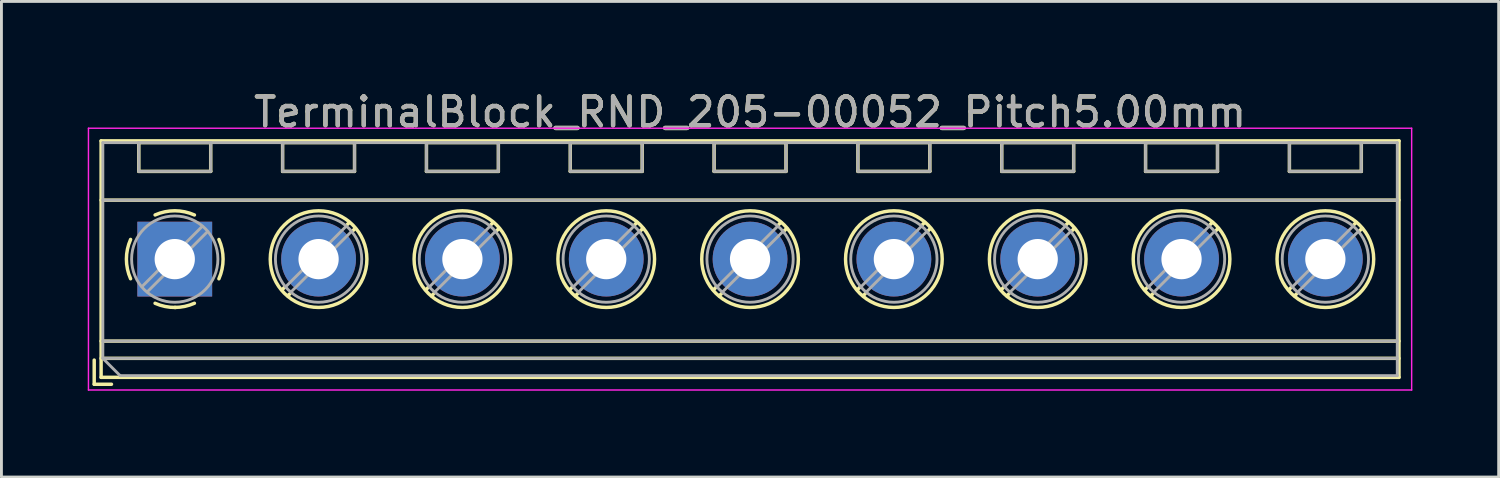
<source format=kicad_pcb>
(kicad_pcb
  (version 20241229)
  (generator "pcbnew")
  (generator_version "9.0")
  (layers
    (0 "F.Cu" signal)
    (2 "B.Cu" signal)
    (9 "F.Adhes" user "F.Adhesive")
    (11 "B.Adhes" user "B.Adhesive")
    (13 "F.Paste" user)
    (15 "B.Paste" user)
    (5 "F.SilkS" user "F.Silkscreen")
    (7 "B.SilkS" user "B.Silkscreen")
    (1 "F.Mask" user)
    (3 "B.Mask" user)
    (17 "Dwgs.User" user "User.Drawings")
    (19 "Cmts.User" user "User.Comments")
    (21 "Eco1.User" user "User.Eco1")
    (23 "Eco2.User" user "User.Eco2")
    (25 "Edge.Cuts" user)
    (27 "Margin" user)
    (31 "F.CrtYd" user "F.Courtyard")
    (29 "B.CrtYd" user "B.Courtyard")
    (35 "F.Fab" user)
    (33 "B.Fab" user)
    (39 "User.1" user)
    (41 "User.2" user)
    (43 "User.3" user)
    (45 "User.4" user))
  (footprint "TerminalBlock_RND_205-00052_Pitch5.00mm"
    (layer "F.Cu")
    (at 3.025 5.958)
    (property "Reference" "TerminalBlock_RND_205-00052_Pitch5.00mm" (at 20 -5.11 0) (layer "F.SilkS") (effects (font (size 1 1) (thickness 0.15))))
    (attr through_hole)
    (fp_line (start -2.8 3.51) (end -2.8 4.35) (stroke (width 0.12) (type solid)) (layer "F.SilkS"))
    (fp_line (start -2.8 4.35) (end -2.2 4.35) (stroke (width 0.12) (type solid)) (layer "F.SilkS"))
    (fp_line (start -2.56 -4.11) (end -2.56 4.11) (stroke (width 0.12) (type solid)) (layer "F.SilkS"))
    (fp_line (start -2.56 -2.05) (end 42.56 -2.05) (stroke (width 0.12) (type solid)) (layer "F.SilkS"))
    (fp_line (start -2.56 2.85) (end 42.56 2.85) (stroke (width 0.12) (type solid)) (layer "F.SilkS"))
    (fp_line (start -2.56 3.45) (end 42.56 3.45) (stroke (width 0.12) (type solid)) (layer "F.SilkS"))
    (fp_line (start -2.56 4.11) (end 42.56 4.11) (stroke (width 0.12) (type solid)) (layer "F.SilkS"))
    (fp_line (start -1.25 -4.05) (end -1.25 -3.05) (stroke (width 0.12) (type solid)) (layer "F.SilkS"))
    (fp_line (start -1.25 -4.05) (end 1.25 -4.05) (stroke (width 0.12) (type solid)) (layer "F.SilkS"))
    (fp_line (start -1.25 -3.05) (end 1.25 -3.05) (stroke (width 0.12) (type solid)) (layer "F.SilkS"))
    (fp_line (start 1.25 -4.05) (end 1.25 -3.05) (stroke (width 0.12) (type solid)) (layer "F.SilkS"))
    (fp_line (start 3.75 -4.05) (end 3.75 -3.05) (stroke (width 0.12) (type solid)) (layer "F.SilkS"))
    (fp_line (start 3.75 -4.05) (end 6.25 -4.05) (stroke (width 0.12) (type solid)) (layer "F.SilkS"))
    (fp_line (start 3.75 -3.05) (end 6.25 -3.05) (stroke (width 0.12) (type solid)) (layer "F.SilkS"))
    (fp_line (start 3.82 0.976) (end 3.726 1.069) (stroke (width 0.12) (type solid)) (layer "F.SilkS"))
    (fp_line (start 4.002 1.204) (end 3.931 1.274) (stroke (width 0.12) (type solid)) (layer "F.SilkS"))
    (fp_line (start 6.07 -1.275) (end 5.999 -1.204) (stroke (width 0.12) (type solid)) (layer "F.SilkS"))
    (fp_line (start 6.25 -4.05) (end 6.25 -3.05) (stroke (width 0.12) (type solid)) (layer "F.SilkS"))
    (fp_line (start 6.275 -1.069) (end 6.181 -0.976) (stroke (width 0.12) (type solid)) (layer "F.SilkS"))
    (fp_line (start 8.75 -4.05) (end 8.75 -3.05) (stroke (width 0.12) (type solid)) (layer "F.SilkS"))
    (fp_line (start 8.75 -4.05) (end 11.25 -4.05) (stroke (width 0.12) (type solid)) (layer "F.SilkS"))
    (fp_line (start 8.75 -3.05) (end 11.25 -3.05) (stroke (width 0.12) (type solid)) (layer "F.SilkS"))
    (fp_line (start 8.82 0.976) (end 8.726 1.069) (stroke (width 0.12) (type solid)) (layer "F.SilkS"))
    (fp_line (start 9.002 1.204) (end 8.931 1.274) (stroke (width 0.12) (type solid)) (layer "F.SilkS"))
    (fp_line (start 11.07 -1.275) (end 10.999 -1.204) (stroke (width 0.12) (type solid)) (layer "F.SilkS"))
    (fp_line (start 11.25 -4.05) (end 11.25 -3.05) (stroke (width 0.12) (type solid)) (layer "F.SilkS"))
    (fp_line (start 11.275 -1.069) (end 11.181 -0.976) (stroke (width 0.12) (type solid)) (layer "F.SilkS"))
    (fp_line (start 13.75 -4.05) (end 13.75 -3.05) (stroke (width 0.12) (type solid)) (layer "F.SilkS"))
    (fp_line (start 13.75 -4.05) (end 16.25 -4.05) (stroke (width 0.12) (type solid)) (layer "F.SilkS"))
    (fp_line (start 13.75 -3.05) (end 16.25 -3.05) (stroke (width 0.12) (type solid)) (layer "F.SilkS"))
    (fp_line (start 13.82 0.976) (end 13.726 1.069) (stroke (width 0.12) (type solid)) (layer "F.SilkS"))
    (fp_line (start 14.002 1.204) (end 13.931 1.274) (stroke (width 0.12) (type solid)) (layer "F.SilkS"))
    (fp_line (start 16.07 -1.275) (end 15.999 -1.204) (stroke (width 0.12) (type solid)) (layer "F.SilkS"))
    (fp_line (start 16.25 -4.05) (end 16.25 -3.05) (stroke (width 0.12) (type solid)) (layer "F.SilkS"))
    (fp_line (start 16.275 -1.069) (end 16.181 -0.976) (stroke (width 0.12) (type solid)) (layer "F.SilkS"))
    (fp_line (start 18.75 -4.05) (end 18.75 -3.05) (stroke (width 0.12) (type solid)) (layer "F.SilkS"))
    (fp_line (start 18.75 -4.05) (end 21.25 -4.05) (stroke (width 0.12) (type solid)) (layer "F.SilkS"))
    (fp_line (start 18.75 -3.05) (end 21.25 -3.05) (stroke (width 0.12) (type solid)) (layer "F.SilkS"))
    (fp_line (start 18.82 0.976) (end 18.726 1.069) (stroke (width 0.12) (type solid)) (layer "F.SilkS"))
    (fp_line (start 19.002 1.204) (end 18.931 1.274) (stroke (width 0.12) (type solid)) (layer "F.SilkS"))
    (fp_line (start 21.07 -1.275) (end 20.999 -1.204) (stroke (width 0.12) (type solid)) (layer "F.SilkS"))
    (fp_line (start 21.25 -4.05) (end 21.25 -3.05) (stroke (width 0.12) (type solid)) (layer "F.SilkS"))
    (fp_line (start 21.275 -1.069) (end 21.181 -0.976) (stroke (width 0.12) (type solid)) (layer "F.SilkS"))
    (fp_line (start 23.75 -4.05) (end 23.75 -3.05) (stroke (width 0.12) (type solid)) (layer "F.SilkS"))
    (fp_line (start 23.75 -4.05) (end 26.25 -4.05) (stroke (width 0.12) (type solid)) (layer "F.SilkS"))
    (fp_line (start 23.75 -3.05) (end 26.25 -3.05) (stroke (width 0.12) (type solid)) (layer "F.SilkS"))
    (fp_line (start 23.82 0.976) (end 23.726 1.069) (stroke (width 0.12) (type solid)) (layer "F.SilkS"))
    (fp_line (start 24.002 1.204) (end 23.931 1.274) (stroke (width 0.12) (type solid)) (layer "F.SilkS"))
    (fp_line (start 26.07 -1.275) (end 25.999 -1.204) (stroke (width 0.12) (type solid)) (layer "F.SilkS"))
    (fp_line (start 26.25 -4.05) (end 26.25 -3.05) (stroke (width 0.12) (type solid)) (layer "F.SilkS"))
    (fp_line (start 26.275 -1.069) (end 26.181 -0.976) (stroke (width 0.12) (type solid)) (layer "F.SilkS"))
    (fp_line (start 28.75 -4.05) (end 28.75 -3.05) (stroke (width 0.12) (type solid)) (layer "F.SilkS"))
    (fp_line (start 28.75 -4.05) (end 31.25 -4.05) (stroke (width 0.12) (type solid)) (layer "F.SilkS"))
    (fp_line (start 28.75 -3.05) (end 31.25 -3.05) (stroke (width 0.12) (type solid)) (layer "F.SilkS"))
    (fp_line (start 28.82 0.976) (end 28.726 1.069) (stroke (width 0.12) (type solid)) (layer "F.SilkS"))
    (fp_line (start 29.002 1.204) (end 28.931 1.274) (stroke (width 0.12) (type solid)) (layer "F.SilkS"))
    (fp_line (start 31.07 -1.275) (end 30.999 -1.204) (stroke (width 0.12) (type solid)) (layer "F.SilkS"))
    (fp_line (start 31.25 -4.05) (end 31.25 -3.05) (stroke (width 0.12) (type solid)) (layer "F.SilkS"))
    (fp_line (start 31.275 -1.069) (end 31.181 -0.976) (stroke (width 0.12) (type solid)) (layer "F.SilkS"))
    (fp_line (start 33.75 -4.05) (end 33.75 -3.05) (stroke (width 0.12) (type solid)) (layer "F.SilkS"))
    (fp_line (start 33.75 -4.05) (end 36.25 -4.05) (stroke (width 0.12) (type solid)) (layer "F.SilkS"))
    (fp_line (start 33.75 -3.05) (end 36.25 -3.05) (stroke (width 0.12) (type solid)) (layer "F.SilkS"))
    (fp_line (start 33.82 0.976) (end 33.726 1.069) (stroke (width 0.12) (type solid)) (layer "F.SilkS"))
    (fp_line (start 34.002 1.204) (end 33.931 1.274) (stroke (width 0.12) (type solid)) (layer "F.SilkS"))
    (fp_line (start 36.07 -1.275) (end 35.999 -1.204) (stroke (width 0.12) (type solid)) (layer "F.SilkS"))
    (fp_line (start 36.25 -4.05) (end 36.25 -3.05) (stroke (width 0.12) (type solid)) (layer "F.SilkS"))
    (fp_line (start 36.275 -1.069) (end 36.181 -0.976) (stroke (width 0.12) (type solid)) (layer "F.SilkS"))
    (fp_line (start 38.75 -4.05) (end 38.75 -3.05) (stroke (width 0.12) (type solid)) (layer "F.SilkS"))
    (fp_line (start 38.75 -4.05) (end 41.25 -4.05) (stroke (width 0.12) (type solid)) (layer "F.SilkS"))
    (fp_line (start 38.75 -3.05) (end 41.25 -3.05) (stroke (width 0.12) (type solid)) (layer "F.SilkS"))
    (fp_line (start 38.82 0.976) (end 38.726 1.069) (stroke (width 0.12) (type solid)) (layer "F.SilkS"))
    (fp_line (start 39.002 1.204) (end 38.931 1.274) (stroke (width 0.12) (type solid)) (layer "F.SilkS"))
    (fp_line (start 41.07 -1.275) (end 40.999 -1.204) (stroke (width 0.12) (type solid)) (layer "F.SilkS"))
    (fp_line (start 41.25 -4.05) (end 41.25 -3.05) (stroke (width 0.12) (type solid)) (layer "F.SilkS"))
    (fp_line (start 41.275 -1.069) (end 41.181 -0.976) (stroke (width 0.12) (type solid)) (layer "F.SilkS"))
    (fp_line (start 42.56 -4.11) (end -2.56 -4.11) (stroke (width 0.12) (type solid)) (layer "F.SilkS"))
    (fp_line (start 42.56 4.11) (end 42.56 -4.11) (stroke (width 0.12) (type solid)) (layer "F.SilkS"))
    (fp_arc (start -1.535427 0.683042) (mid -1.680501 -0.000524) (end -1.535 -0.684) (stroke (width 0.12) (type solid)) (layer "F.SilkS"))
    (fp_arc (start -0.683042 -1.535427) (mid 0.000524 -1.680501) (end 0.684 -1.535) (stroke (width 0.12) (type solid)) (layer "F.SilkS"))
    (fp_arc (start 0.028805 1.680253) (mid -0.335551 1.646659) (end -0.684 1.535) (stroke (width 0.12) (type solid)) (layer "F.SilkS"))
    (fp_arc (start 0.683318 1.534756) (mid 0.349292 1.643288) (end 0 1.68) (stroke (width 0.12) (type solid)) (layer "F.SilkS"))
    (fp_arc (start 1.535427 -0.683042) (mid 1.680501 0.000524) (end 1.535 0.684) (stroke (width 0.12) (type solid)) (layer "F.SilkS"))
    (fp_circle (center 5 0) (end 6.68 0) (stroke (width 0.12) (type solid)) (fill no) (layer "F.SilkS"))
    (fp_circle (center 10 0) (end 11.68 0) (stroke (width 0.12) (type solid)) (fill no) (layer "F.SilkS"))
    (fp_circle (center 15 0) (end 16.68 0) (stroke (width 0.12) (type solid)) (fill no) (layer "F.SilkS"))
    (fp_circle (center 20 0) (end 21.68 0) (stroke (width 0.12) (type solid)) (fill no) (layer "F.SilkS"))
    (fp_circle (center 25 0) (end 26.68 0) (stroke (width 0.12) (type solid)) (fill no) (layer "F.SilkS"))
    (fp_circle (center 30 0) (end 31.68 0) (stroke (width 0.12) (type solid)) (fill no) (layer "F.SilkS"))
    (fp_circle (center 35 0) (end 36.68 0) (stroke (width 0.12) (type solid)) (fill no) (layer "F.SilkS"))
    (fp_circle (center 40 0) (end 41.68 0) (stroke (width 0.12) (type solid)) (fill no) (layer "F.SilkS"))
    (fp_line (start -3 -4.55) (end -3 4.55) (stroke (width 0.05) (type solid)) (layer "F.CrtYd"))
    (fp_line (start -3 4.55) (end 43 4.55) (stroke (width 0.05) (type solid)) (layer "F.CrtYd"))
    (fp_line (start 43 -4.55) (end -3 -4.55) (stroke (width 0.05) (type solid)) (layer "F.CrtYd"))
    (fp_line (start 43 4.55) (end 43 -4.55) (stroke (width 0.05) (type solid)) (layer "F.CrtYd"))
    (fp_line (start -2.5 -4.05) (end 42.5 -4.05) (stroke (width 0.1) (type solid)) (layer "F.Fab"))
    (fp_line (start -2.5 -2.05) (end 42.5 -2.05) (stroke (width 0.1) (type solid)) (layer "F.Fab"))
    (fp_line (start -2.5 2.85) (end 42.5 2.85) (stroke (width 0.1) (type solid)) (layer "F.Fab"))
    (fp_line (start -2.5 3.45) (end -2.5 -4.05) (stroke (width 0.1) (type solid)) (layer "F.Fab"))
    (fp_line (start -2.5 3.45) (end 42.5 3.45) (stroke (width 0.1) (type solid)) (layer "F.Fab"))
    (fp_line (start -1.9 4.05) (end -2.5 3.45) (stroke (width 0.1) (type solid)) (layer "F.Fab"))
    (fp_line (start -1.25 -4.05) (end -1.25 -3.05) (stroke (width 0.1) (type solid)) (layer "F.Fab"))
    (fp_line (start -1.25 -3.05) (end 1.25 -3.05) (stroke (width 0.1) (type solid)) (layer "F.Fab"))
    (fp_line (start 0.955 -1.138) (end -1.138 0.955) (stroke (width 0.1) (type solid)) (layer "F.Fab"))
    (fp_line (start 1.138 -0.955) (end -0.955 1.138) (stroke (width 0.1) (type solid)) (layer "F.Fab"))
    (fp_line (start 1.25 -4.05) (end -1.25 -4.05) (stroke (width 0.1) (type solid)) (layer "F.Fab"))
    (fp_line (start 1.25 -3.05) (end 1.25 -4.05) (stroke (width 0.1) (type solid)) (layer "F.Fab"))
    (fp_line (start 3.75 -4.05) (end 3.75 -3.05) (stroke (width 0.1) (type solid)) (layer "F.Fab"))
    (fp_line (start 3.75 -3.05) (end 6.25 -3.05) (stroke (width 0.1) (type solid)) (layer "F.Fab"))
    (fp_line (start 5.955 -1.138) (end 3.863 0.955) (stroke (width 0.1) (type solid)) (layer "F.Fab"))
    (fp_line (start 6.138 -0.955) (end 4.046 1.138) (stroke (width 0.1) (type solid)) (layer "F.Fab"))
    (fp_line (start 6.25 -4.05) (end 3.75 -4.05) (stroke (width 0.1) (type solid)) (layer "F.Fab"))
    (fp_line (start 6.25 -3.05) (end 6.25 -4.05) (stroke (width 0.1) (type solid)) (layer "F.Fab"))
    (fp_line (start 8.75 -4.05) (end 8.75 -3.05) (stroke (width 0.1) (type solid)) (layer "F.Fab"))
    (fp_line (start 8.75 -3.05) (end 11.25 -3.05) (stroke (width 0.1) (type solid)) (layer "F.Fab"))
    (fp_line (start 10.955 -1.138) (end 8.863 0.955) (stroke (width 0.1) (type solid)) (layer "F.Fab"))
    (fp_line (start 11.138 -0.955) (end 9.046 1.138) (stroke (width 0.1) (type solid)) (layer "F.Fab"))
    (fp_line (start 11.25 -4.05) (end 8.75 -4.05) (stroke (width 0.1) (type solid)) (layer "F.Fab"))
    (fp_line (start 11.25 -3.05) (end 11.25 -4.05) (stroke (width 0.1) (type solid)) (layer "F.Fab"))
    (fp_line (start 13.75 -4.05) (end 13.75 -3.05) (stroke (width 0.1) (type solid)) (layer "F.Fab"))
    (fp_line (start 13.75 -3.05) (end 16.25 -3.05) (stroke (width 0.1) (type solid)) (layer "F.Fab"))
    (fp_line (start 15.955 -1.138) (end 13.863 0.955) (stroke (width 0.1) (type solid)) (layer "F.Fab"))
    (fp_line (start 16.138 -0.955) (end 14.046 1.138) (stroke (width 0.1) (type solid)) (layer "F.Fab"))
    (fp_line (start 16.25 -4.05) (end 13.75 -4.05) (stroke (width 0.1) (type solid)) (layer "F.Fab"))
    (fp_line (start 16.25 -3.05) (end 16.25 -4.05) (stroke (width 0.1) (type solid)) (layer "F.Fab"))
    (fp_line (start 18.75 -4.05) (end 18.75 -3.05) (stroke (width 0.1) (type solid)) (layer "F.Fab"))
    (fp_line (start 18.75 -3.05) (end 21.25 -3.05) (stroke (width 0.1) (type solid)) (layer "F.Fab"))
    (fp_line (start 20.955 -1.138) (end 18.863 0.955) (stroke (width 0.1) (type solid)) (layer "F.Fab"))
    (fp_line (start 21.138 -0.955) (end 19.046 1.138) (stroke (width 0.1) (type solid)) (layer "F.Fab"))
    (fp_line (start 21.25 -4.05) (end 18.75 -4.05) (stroke (width 0.1) (type solid)) (layer "F.Fab"))
    (fp_line (start 21.25 -3.05) (end 21.25 -4.05) (stroke (width 0.1) (type solid)) (layer "F.Fab"))
    (fp_line (start 23.75 -4.05) (end 23.75 -3.05) (stroke (width 0.1) (type solid)) (layer "F.Fab"))
    (fp_line (start 23.75 -3.05) (end 26.25 -3.05) (stroke (width 0.1) (type solid)) (layer "F.Fab"))
    (fp_line (start 25.955 -1.138) (end 23.863 0.955) (stroke (width 0.1) (type solid)) (layer "F.Fab"))
    (fp_line (start 26.138 -0.955) (end 24.046 1.138) (stroke (width 0.1) (type solid)) (layer "F.Fab"))
    (fp_line (start 26.25 -4.05) (end 23.75 -4.05) (stroke (width 0.1) (type solid)) (layer "F.Fab"))
    (fp_line (start 26.25 -3.05) (end 26.25 -4.05) (stroke (width 0.1) (type solid)) (layer "F.Fab"))
    (fp_line (start 28.75 -4.05) (end 28.75 -3.05) (stroke (width 0.1) (type solid)) (layer "F.Fab"))
    (fp_line (start 28.75 -3.05) (end 31.25 -3.05) (stroke (width 0.1) (type solid)) (layer "F.Fab"))
    (fp_line (start 30.955 -1.138) (end 28.863 0.955) (stroke (width 0.1) (type solid)) (layer "F.Fab"))
    (fp_line (start 31.138 -0.955) (end 29.046 1.138) (stroke (width 0.1) (type solid)) (layer "F.Fab"))
    (fp_line (start 31.25 -4.05) (end 28.75 -4.05) (stroke (width 0.1) (type solid)) (layer "F.Fab"))
    (fp_line (start 31.25 -3.05) (end 31.25 -4.05) (stroke (width 0.1) (type solid)) (layer "F.Fab"))
    (fp_line (start 33.75 -4.05) (end 33.75 -3.05) (stroke (width 0.1) (type solid)) (layer "F.Fab"))
    (fp_line (start 33.75 -3.05) (end 36.25 -3.05) (stroke (width 0.1) (type solid)) (layer "F.Fab"))
    (fp_line (start 35.955 -1.138) (end 33.863 0.955) (stroke (width 0.1) (type solid)) (layer "F.Fab"))
    (fp_line (start 36.138 -0.955) (end 34.046 1.138) (stroke (width 0.1) (type solid)) (layer "F.Fab"))
    (fp_line (start 36.25 -4.05) (end 33.75 -4.05) (stroke (width 0.1) (type solid)) (layer "F.Fab"))
    (fp_line (start 36.25 -3.05) (end 36.25 -4.05) (stroke (width 0.1) (type solid)) (layer "F.Fab"))
    (fp_line (start 38.75 -4.05) (end 38.75 -3.05) (stroke (width 0.1) (type solid)) (layer "F.Fab"))
    (fp_line (start 38.75 -3.05) (end 41.25 -3.05) (stroke (width 0.1) (type solid)) (layer "F.Fab"))
    (fp_line (start 40.955 -1.138) (end 38.863 0.955) (stroke (width 0.1) (type solid)) (layer "F.Fab"))
    (fp_line (start 41.138 -0.955) (end 39.046 1.138) (stroke (width 0.1) (type solid)) (layer "F.Fab"))
    (fp_line (start 41.25 -4.05) (end 38.75 -4.05) (stroke (width 0.1) (type solid)) (layer "F.Fab"))
    (fp_line (start 41.25 -3.05) (end 41.25 -4.05) (stroke (width 0.1) (type solid)) (layer "F.Fab"))
    (fp_line (start 42.5 -4.05) (end 42.5 4.05) (stroke (width 0.1) (type solid)) (layer "F.Fab"))
    (fp_line (start 42.5 4.05) (end -1.9 4.05) (stroke (width 0.1) (type solid)) (layer "F.Fab"))
    (fp_circle (center 0 0) (end 1.5 0) (stroke (width 0.1) (type solid)) (fill no) (layer "F.Fab"))
    (fp_circle (center 5 0) (end 6.5 0) (stroke (width 0.1) (type solid)) (fill no) (layer "F.Fab"))
    (fp_circle (center 10 0) (end 11.5 0) (stroke (width 0.1) (type solid)) (fill no) (layer "F.Fab"))
    (fp_circle (center 15 0) (end 16.5 0) (stroke (width 0.1) (type solid)) (fill no) (layer "F.Fab"))
    (fp_circle (center 20 0) (end 21.5 0) (stroke (width 0.1) (type solid)) (fill no) (layer "F.Fab"))
    (fp_circle (center 25 0) (end 26.5 0) (stroke (width 0.1) (type solid)) (fill no) (layer "F.Fab"))
    (fp_circle (center 30 0) (end 31.5 0) (stroke (width 0.1) (type solid)) (fill no) (layer "F.Fab"))
    (fp_circle (center 35 0) (end 36.5 0) (stroke (width 0.1) (type solid)) (fill no) (layer "F.Fab"))
    (fp_circle (center 40 0) (end 41.5 0) (stroke (width 0.1) (type solid)) (fill no) (layer "F.Fab"))
    (fp_text user "${REFERENCE}" (at 20 -5.11 0) (layer "F.Fab") (effects (font (size 1 1) (thickness 0.15))))
    (pad "1" thru_hole rect (at 0 0) (size 2.6 2.6) (drill 1.4) (layers "*.Cu" "*.Mask"))
    (pad "2" thru_hole oval (at 5 0) (size 2.6 2.6) (drill 1.4) (layers "*.Cu" "*.Mask"))
    (pad "3" thru_hole oval (at 10 0) (size 2.6 2.6) (drill 1.4) (layers "*.Cu" "*.Mask"))
    (pad "4" thru_hole oval (at 15 0) (size 2.6 2.6) (drill 1.4) (layers "*.Cu" "*.Mask"))
    (pad "5" thru_hole oval (at 20 0) (size 2.6 2.6) (drill 1.4) (layers "*.Cu" "*.Mask"))
    (pad "6" thru_hole oval (at 25 0) (size 2.6 2.6) (drill 1.4) (layers "*.Cu" "*.Mask"))
    (pad "7" thru_hole oval (at 30 0) (size 2.6 2.6) (drill 1.4) (layers "*.Cu" "*.Mask"))
    (pad "8" thru_hole oval (at 35 0) (size 2.6 2.6) (drill 1.4) (layers "*.Cu" "*.Mask"))
    (pad "9" thru_hole oval (at 40 0) (size 2.6 2.6) (drill 1.4) (layers "*.Cu" "*.Mask")))
  (gr_rect
    (start -3 -3)
    (end 49.05 13.533)
    (stroke (width 0.1) (type default))
    (fill no)
    (layer "Edge.Cuts")))
</source>
